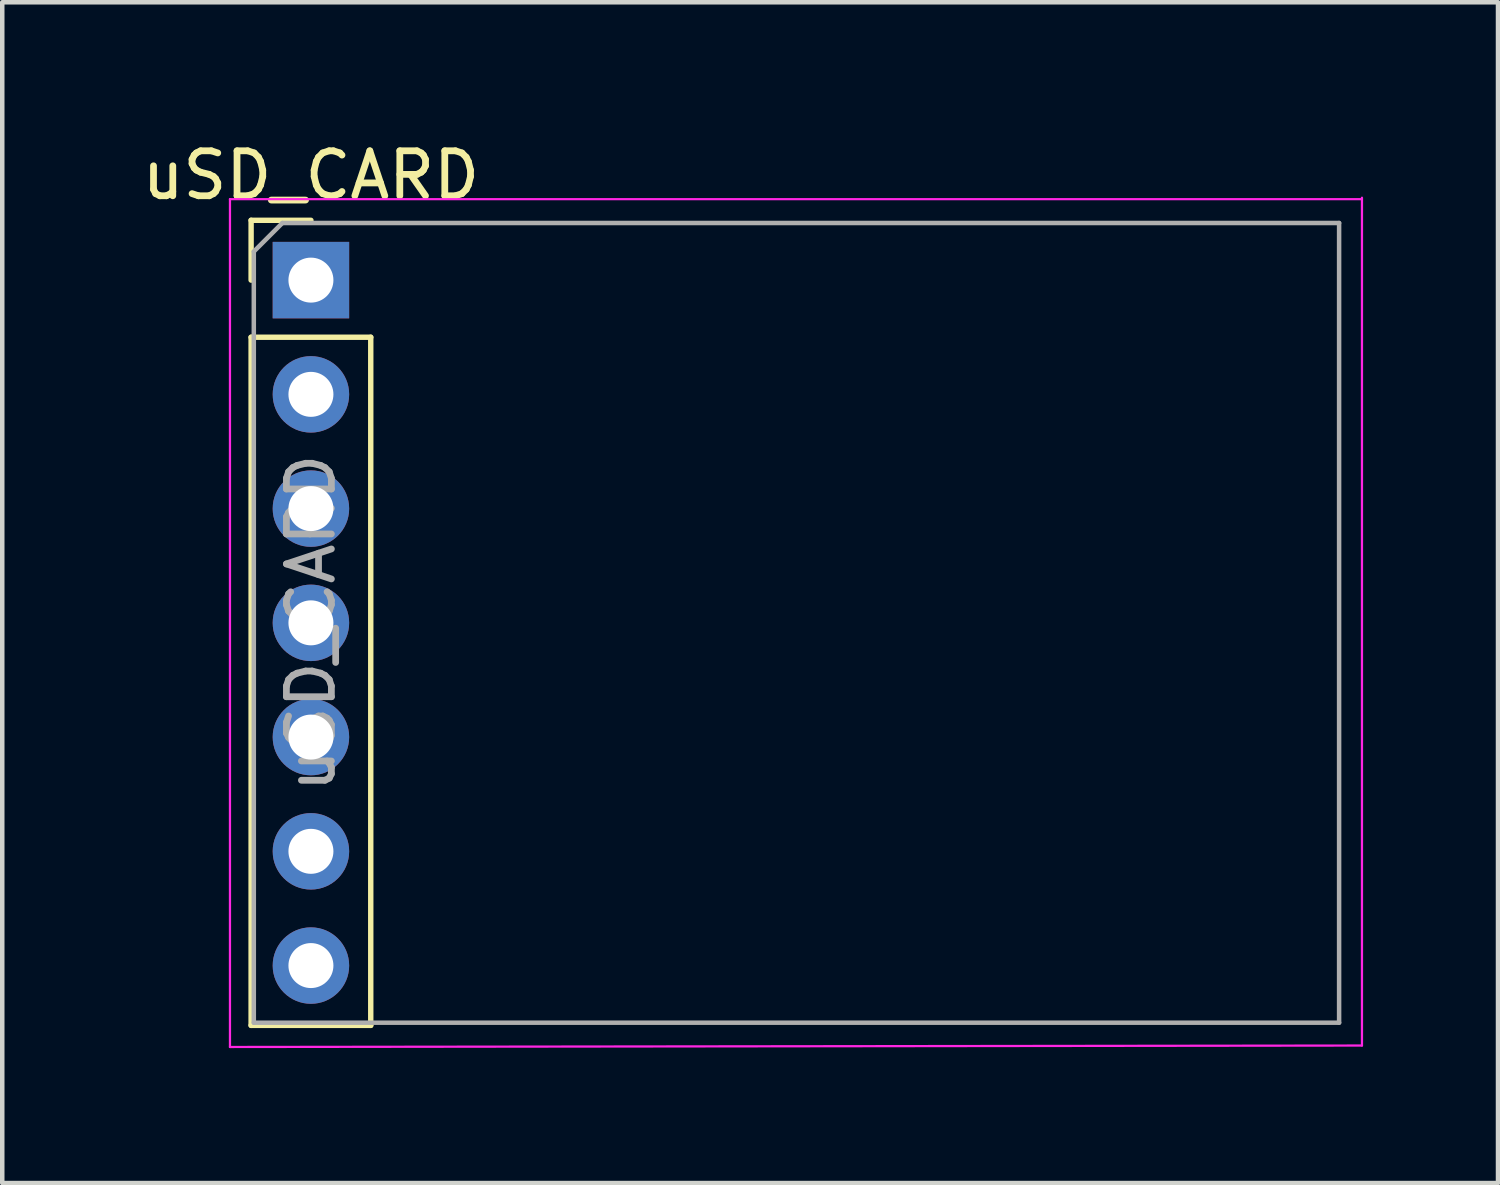
<source format=kicad_pcb>
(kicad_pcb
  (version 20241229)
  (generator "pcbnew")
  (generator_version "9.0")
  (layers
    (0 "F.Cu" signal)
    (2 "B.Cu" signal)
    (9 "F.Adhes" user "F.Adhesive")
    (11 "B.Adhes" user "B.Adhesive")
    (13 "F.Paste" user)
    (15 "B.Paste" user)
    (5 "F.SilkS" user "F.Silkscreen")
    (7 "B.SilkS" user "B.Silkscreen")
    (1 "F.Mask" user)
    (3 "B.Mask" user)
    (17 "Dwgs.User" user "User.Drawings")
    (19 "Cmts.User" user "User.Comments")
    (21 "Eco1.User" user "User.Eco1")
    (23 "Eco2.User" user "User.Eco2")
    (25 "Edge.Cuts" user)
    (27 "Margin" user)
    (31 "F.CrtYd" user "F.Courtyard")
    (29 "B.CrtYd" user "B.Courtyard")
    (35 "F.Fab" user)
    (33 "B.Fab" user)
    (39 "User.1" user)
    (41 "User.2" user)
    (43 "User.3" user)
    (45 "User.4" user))
  (footprint "uSD_CARD"
    (layer "F.Cu")
    (at 3.863 3.178)
    (property "Reference" "uSD_CARD" (at 0 -2.33 0) (layer "F.SilkS") (effects (font (size 1 1) (thickness 0.15))))
    (attr through_hole)
    (fp_line (start -1.33 -1.33) (end 0 -1.33) (stroke (width 0.12) (type solid)) (layer "F.SilkS"))
    (fp_line (start -1.33 0) (end -1.33 -1.33) (stroke (width 0.12) (type solid)) (layer "F.SilkS"))
    (fp_line (start -1.33 1.27) (end -1.33 16.57) (stroke (width 0.12) (type solid)) (layer "F.SilkS"))
    (fp_line (start -1.33 1.27) (end 1.33 1.27) (stroke (width 0.12) (type solid)) (layer "F.SilkS"))
    (fp_line (start -1.33 16.57) (end 1.33 16.57) (stroke (width 0.12) (type solid)) (layer "F.SilkS"))
    (fp_line (start 1.33 1.27) (end 1.33 16.57) (stroke (width 0.12) (type solid)) (layer "F.SilkS"))
    (fp_line (start -1.8 -1.8) (end -1.8 17.05) (stroke (width 0.05) (type solid)) (layer "F.CrtYd"))
    (fp_line (start -1.8 17.05) (end 23.368 17.018) (stroke (width 0.05) (type solid)) (layer "F.CrtYd"))
    (fp_line (start 23.368 -1.8) (end -1.8 -1.8) (stroke (width 0.05) (type solid)) (layer "F.CrtYd"))
    (fp_line (start 23.368 17.018) (end 23.368 -1.832) (stroke (width 0.05) (type solid)) (layer "F.CrtYd"))
    (fp_line (start -1.27 -0.635) (end -0.635 -1.27) (stroke (width 0.1) (type solid)) (layer "F.Fab"))
    (fp_line (start -1.27 16.51) (end -1.27 -0.635) (stroke (width 0.1) (type solid)) (layer "F.Fab"))
    (fp_line (start -0.635 -1.27) (end 22.86 -1.27) (stroke (width 0.1) (type solid)) (layer "F.Fab"))
    (fp_line (start 22.86 -1.27) (end 22.86 16.51) (stroke (width 0.1) (type solid)) (layer "F.Fab"))
    (fp_line (start 22.86 16.51) (end -1.27 16.51) (stroke (width 0.1) (type solid)) (layer "F.Fab"))
    (fp_text user "${REFERENCE}" (at 0 7.62 90) (layer "F.Fab") (effects (font (size 1 1) (thickness 0.15))))
    (pad "1" thru_hole rect (at 0 0) (size 1.7 1.7) (drill 1) (layers "*.Cu" "*.Mask"))
    (pad "2" thru_hole oval (at 0 2.54) (size 1.7 1.7) (drill 1) (layers "*.Cu" "*.Mask"))
    (pad "3" thru_hole oval (at 0 5.08) (size 1.7 1.7) (drill 1) (layers "*.Cu" "*.Mask"))
    (pad "4" thru_hole oval (at 0 7.62) (size 1.7 1.7) (drill 1) (layers "*.Cu" "*.Mask"))
    (pad "5" thru_hole oval (at 0 10.16) (size 1.7 1.7) (drill 1) (layers "*.Cu" "*.Mask"))
    (pad "6" thru_hole oval (at 0 12.7) (size 1.7 1.7) (drill 1) (layers "*.Cu" "*.Mask"))
    (pad "7" thru_hole oval (at 0 15.24) (size 1.7 1.7) (drill 1) (layers "*.Cu" "*.Mask")))
  (gr_rect
    (start -3 -3)
    (end 30.256 23.253)
    (stroke (width 0.1) (type default))
    (fill no)
    (layer "Edge.Cuts")))
</source>
